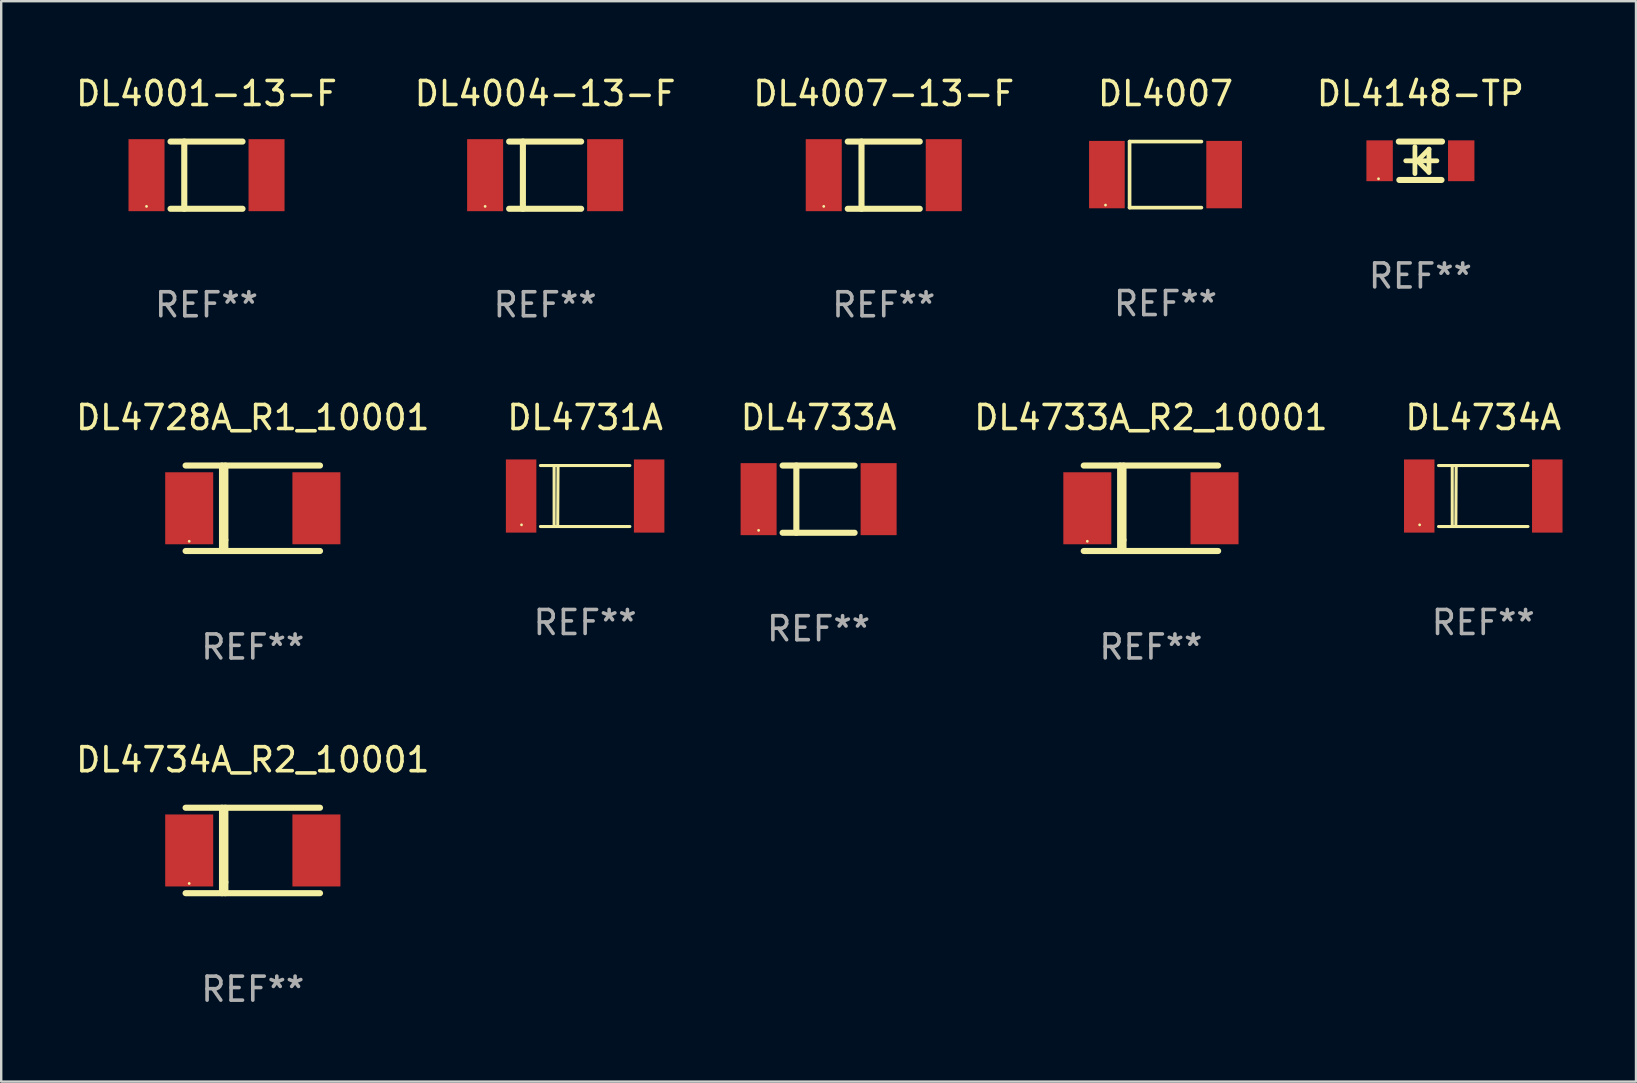
<source format=kicad_pcb>
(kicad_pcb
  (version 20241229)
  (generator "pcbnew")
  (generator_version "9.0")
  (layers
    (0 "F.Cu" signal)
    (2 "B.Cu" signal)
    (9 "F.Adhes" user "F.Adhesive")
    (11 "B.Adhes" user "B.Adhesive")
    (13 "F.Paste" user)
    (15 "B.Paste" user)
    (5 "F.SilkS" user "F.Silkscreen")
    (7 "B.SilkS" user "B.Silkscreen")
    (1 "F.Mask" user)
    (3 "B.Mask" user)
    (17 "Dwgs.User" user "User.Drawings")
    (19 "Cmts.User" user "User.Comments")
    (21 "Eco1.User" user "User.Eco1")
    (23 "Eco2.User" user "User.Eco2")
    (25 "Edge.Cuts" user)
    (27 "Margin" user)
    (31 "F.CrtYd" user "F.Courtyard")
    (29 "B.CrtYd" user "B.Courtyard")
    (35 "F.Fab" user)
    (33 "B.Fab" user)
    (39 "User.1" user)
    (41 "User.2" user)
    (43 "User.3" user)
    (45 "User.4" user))
  (footprint "DL4004-13-F"
    (layer "F.Cu")
    (at 19.661 4.248)
    (property "Reference" "DL4004-13-F" (at 0 -3.4 0) (layer "F.SilkS") (effects (font (size 1 1) (thickness 0.15))))
    (attr through_hole)
    (fp_line (start -1.5 -1.4) (end 1.5 -1.4) (stroke (width 0.254) (type solid)) (layer "F.SilkS"))
    (fp_line (start -1.5 1.4) (end 1.5 1.4) (stroke (width 0.254) (type solid)) (layer "F.SilkS"))
    (fp_line (start -0.927 -1.4) (end -0.927 1.4) (stroke (width 0.254) (type solid)) (layer "F.SilkS"))
    (fp_circle (center -2.5 1.3) (end -2.47 1.3) (stroke (width 0.06) (type solid)) (fill no) (layer "F.SilkS"))
    (fp_text user "REF**" (at 0 5.4 0) (layer "F.Fab") (effects (font (size 1 1) (thickness 0.15))))
    (pad "1" smd rect (at -2.5 0 90) (size 3 1.5) (layers "F.Cu" "F.Mask" "F.Paste"))
    (pad "2" smd rect (at 2.5 0 90) (size 3 1.5) (layers "F.Cu" "F.Mask" "F.Paste")))
  (footprint "DL4007"
    (layer "F.Cu")
    (at 45.506 4.224)
    (property "Reference" "DL4007" (at 0 -3.376 0) (layer "F.SilkS") (effects (font (size 1 1) (thickness 0.15))))
    (attr through_hole)
    (fp_line (start -1.497 -1.376) (end -1.497 1.376) (stroke (width 0.152) (type solid)) (layer "F.SilkS"))
    (fp_line (start -1.497 -1.376) (end 1.497 -1.376) (stroke (width 0.152) (type solid)) (layer "F.SilkS"))
    (fp_line (start -1.497 1.376) (end 1.497 1.376) (stroke (width 0.152) (type solid)) (layer "F.SilkS"))
    (fp_circle (center -2.5 1.27) (end -2.47 1.27) (stroke (width 0.06) (type solid)) (fill no) (layer "F.SilkS"))
    (fp_text user "REF**" (at 0 5.376 0) (layer "F.Fab") (effects (font (size 1 1) (thickness 0.15))))
    (pad "1" smd rect (at -2.442 0 180) (size 1.485 2.808) (layers "F.Cu" "F.Mask" "F.Paste"))
    (pad "2" smd rect (at 2.442 0 180) (size 1.485 2.808) (layers "F.Cu" "F.Mask" "F.Paste")))
  (footprint "DL4733A"
    (layer "F.Cu")
    (at 31.054 17.745)
    (property "Reference" "DL4733A" (at 0 -3.4 0) (layer "F.SilkS") (effects (font (size 1 1) (thickness 0.15))))
    (attr through_hole)
    (fp_line (start -1.5 -1.4) (end 1.5 -1.4) (stroke (width 0.254) (type solid)) (layer "F.SilkS"))
    (fp_line (start -1.5 1.4) (end 1.5 1.4) (stroke (width 0.254) (type solid)) (layer "F.SilkS"))
    (fp_line (start -0.927 -1.4) (end -0.927 1.4) (stroke (width 0.254) (type solid)) (layer "F.SilkS"))
    (fp_circle (center -2.5 1.3) (end -2.47 1.3) (stroke (width 0.06) (type solid)) (fill no) (layer "F.SilkS"))
    (fp_text user "REF**" (at 0 5.4 0) (layer "F.Fab") (effects (font (size 1 1) (thickness 0.15))))
    (pad "1" smd rect (at -2.5 0 90) (size 3 1.5) (layers "F.Cu" "F.Mask" "F.Paste"))
    (pad "2" smd rect (at 2.5 0 90) (size 3 1.5) (layers "F.Cu" "F.Mask" "F.Paste")))
  (footprint "DL4007-13-F"
    (layer "F.Cu")
    (at 33.768 4.248)
    (property "Reference" "DL4007-13-F" (at 0 -3.4 0) (layer "F.SilkS") (effects (font (size 1 1) (thickness 0.15))))
    (attr through_hole)
    (fp_line (start -1.5 -1.4) (end 1.5 -1.4) (stroke (width 0.254) (type solid)) (layer "F.SilkS"))
    (fp_line (start -1.5 1.4) (end 1.5 1.4) (stroke (width 0.254) (type solid)) (layer "F.SilkS"))
    (fp_line (start -0.927 -1.4) (end -0.927 1.4) (stroke (width 0.254) (type solid)) (layer "F.SilkS"))
    (fp_circle (center -2.5 1.3) (end -2.47 1.3) (stroke (width 0.06) (type solid)) (fill no) (layer "F.SilkS"))
    (fp_text user "REF**" (at 0 5.4 0) (layer "F.Fab") (effects (font (size 1 1) (thickness 0.15))))
    (pad "1" smd rect (at -2.5 0 90) (size 3 1.5) (layers "F.Cu" "F.Mask" "F.Paste"))
    (pad "2" smd rect (at 2.5 0 90) (size 3 1.5) (layers "F.Cu" "F.Mask" "F.Paste")))
  (footprint "DL4733A_R2_10001"
    (layer "F.Cu")
    (at 44.899 18.125)
    (property "Reference" "DL4733A_R2_10001" (at 0 -3.78 0) (layer "F.SilkS") (effects (font (size 1 1) (thickness 0.15))))
    (attr through_hole)
    (fp_line (start -2.8 -1.78) (end 2.8 -1.78) (stroke (width 0.254) (type solid)) (layer "F.SilkS"))
    (fp_line (start -2.8 1.78) (end 2.8 1.78) (stroke (width 0.254) (type solid)) (layer "F.SilkS"))
    (fp_line (start -1.283 -1.78) (end -1.283 1.78) (stroke (width 0.254) (type solid)) (layer "F.SilkS"))
    (fp_line (start -1.143 -1.78) (end -1.143 1.323) (stroke (width 0.254) (type solid)) (layer "F.SilkS"))
    (fp_line (start -1.143 1.323) (end -1.143 1.78) (stroke (width 0.254) (type solid)) (layer "F.SilkS"))
    (fp_circle (center -2.65 1.375) (end -2.62 1.375) (stroke (width 0.06) (type solid)) (fill no) (layer "F.SilkS"))
    (fp_text user "REF**" (at 0 5.78 0) (layer "F.Fab") (effects (font (size 1 1) (thickness 0.15))))
    (pad "1" smd rect (at -2.65 0) (size 2 3) (layers "F.Cu" "F.Mask" "F.Paste"))
    (pad "2" smd rect (at 2.65 0) (size 2 3) (layers "F.Cu" "F.Mask" "F.Paste")))
  (footprint "DL4728A_R1_10001"
    (layer "F.Cu")
    (at 7.482 18.125)
    (property "Reference" "DL4728A_R1_10001" (at 0 -3.78 0) (layer "F.SilkS") (effects (font (size 1 1) (thickness 0.15))))
    (attr through_hole)
    (fp_line (start -2.8 -1.78) (end 2.8 -1.78) (stroke (width 0.254) (type solid)) (layer "F.SilkS"))
    (fp_line (start -2.8 1.78) (end 2.8 1.78) (stroke (width 0.254) (type solid)) (layer "F.SilkS"))
    (fp_line (start -1.283 -1.78) (end -1.283 1.78) (stroke (width 0.254) (type solid)) (layer "F.SilkS"))
    (fp_line (start -1.143 -1.78) (end -1.143 1.323) (stroke (width 0.254) (type solid)) (layer "F.SilkS"))
    (fp_line (start -1.143 1.323) (end -1.143 1.78) (stroke (width 0.254) (type solid)) (layer "F.SilkS"))
    (fp_circle (center -2.65 1.375) (end -2.62 1.375) (stroke (width 0.06) (type solid)) (fill no) (layer "F.SilkS"))
    (fp_text user "REF**" (at 0 5.78 0) (layer "F.Fab") (effects (font (size 1 1) (thickness 0.15))))
    (pad "1" smd rect (at -2.65 0) (size 2 3) (layers "F.Cu" "F.Mask" "F.Paste"))
    (pad "2" smd rect (at 2.65 0) (size 2 3) (layers "F.Cu" "F.Mask" "F.Paste")))
  (footprint "DL4734A"
    (layer "F.Cu")
    (at 58.744 17.615)
    (property "Reference" "DL4734A" (at 0 -3.27 0) (layer "F.SilkS") (effects (font (size 1 1) (thickness 0.15))))
    (attr through_hole)
    (fp_line (start -1.292 1.27) (end -1.292 -1.27) (stroke (width 0.127) (type solid)) (layer "F.SilkS"))
    (fp_line (start -1.143 1.27) (end -1.129 -1.27) (stroke (width 0.127) (type solid)) (layer "F.SilkS"))
    (fp_line (start 1.864 -1.27) (end -1.864 -1.27) (stroke (width 0.127) (type solid)) (layer "F.SilkS"))
    (fp_line (start 1.864 1.27) (end -1.864 1.27) (stroke (width 0.127) (type solid)) (layer "F.SilkS"))
    (fp_circle (center -2.65 1.2) (end -2.62 1.2) (stroke (width 0.06) (type solid)) (fill no) (layer "F.SilkS"))
    (fp_text user "REF**" (at 0 5.27 0) (layer "F.Fab") (effects (font (size 1 1) (thickness 0.15))))
    (pad "1" smd rect (at -2.667 0) (size 1.27 3.048) (layers "F.Cu" "F.Mask" "F.Paste"))
    (pad "2" smd rect (at 2.667 0) (size 1.27 3.048) (layers "F.Cu" "F.Mask" "F.Paste")))
  (footprint "DL4734A_R2_10001"
    (layer "F.Cu")
    (at 7.482 32.381)
    (property "Reference" "DL4734A_R2_10001" (at 0 -3.78 0) (layer "F.SilkS") (effects (font (size 1 1) (thickness 0.15))))
    (attr through_hole)
    (fp_line (start -2.8 -1.78) (end 2.8 -1.78) (stroke (width 0.254) (type solid)) (layer "F.SilkS"))
    (fp_line (start -2.8 1.78) (end 2.8 1.78) (stroke (width 0.254) (type solid)) (layer "F.SilkS"))
    (fp_line (start -1.283 -1.78) (end -1.283 1.78) (stroke (width 0.254) (type solid)) (layer "F.SilkS"))
    (fp_line (start -1.143 -1.78) (end -1.143 1.323) (stroke (width 0.254) (type solid)) (layer "F.SilkS"))
    (fp_line (start -1.143 1.323) (end -1.143 1.78) (stroke (width 0.254) (type solid)) (layer "F.SilkS"))
    (fp_circle (center -2.65 1.375) (end -2.62 1.375) (stroke (width 0.06) (type solid)) (fill no) (layer "F.SilkS"))
    (fp_text user "REF**" (at 0 5.78 0) (layer "F.Fab") (effects (font (size 1 1) (thickness 0.15))))
    (pad "1" smd rect (at -2.65 0) (size 2 3) (layers "F.Cu" "F.Mask" "F.Paste"))
    (pad "2" smd rect (at 2.65 0) (size 2 3) (layers "F.Cu" "F.Mask" "F.Paste")))
  (footprint "DL4148-TP"
    (layer "F.Cu")
    (at 56.126 3.648)
    (property "Reference" "DL4148-TP" (at 0 -2.8 0) (layer "F.SilkS") (effects (font (size 1 1) (thickness 0.15))))
    (attr through_hole)
    (fp_line (start -0.9 -0.8) (end 0.9 -0.8) (stroke (width 0.254) (type solid)) (layer "F.SilkS"))
    (fp_line (start -0.878 0.8) (end 0.878 0.8) (stroke (width 0.254) (type solid)) (layer "F.SilkS"))
    (fp_line (start -0.61 0) (end 0.686 0) (stroke (width 0.2) (type solid)) (layer "F.SilkS"))
    (fp_line (start -0.229 -0.584) (end -0.229 0.533) (stroke (width 0.2) (type solid)) (layer "F.SilkS"))
    (fp_line (start -0.127 0) (end 0.356 -0.483) (stroke (width 0.2) (type solid)) (layer "F.SilkS"))
    (fp_line (start 0.356 -0.483) (end 0.356 0.483) (stroke (width 0.2) (type solid)) (layer "F.SilkS"))
    (fp_line (start 0.356 0.483) (end -0.102 0.025) (stroke (width 0.2) (type solid)) (layer "F.SilkS"))
    (fp_circle (center -1.746 0.75) (end -1.716 0.75) (stroke (width 0.06) (type solid)) (fill no) (layer "F.SilkS"))
    (fp_text user "REF**" (at 0 4.8 0) (layer "F.Fab") (effects (font (size 1 1) (thickness 0.15))))
    (pad "1" smd rect (at -1.7 0 180) (size 1.1 1.7) (layers "F.Cu" "F.Mask" "F.Paste"))
    (pad "2" smd rect (at 1.7 0 180) (size 1.1 1.7) (layers "F.Cu" "F.Mask" "F.Paste")))
  (footprint "DL4001-13-F"
    (layer "F.Cu")
    (at 5.554 4.248)
    (property "Reference" "DL4001-13-F" (at 0 -3.4 0) (layer "F.SilkS") (effects (font (size 1 1) (thickness 0.15))))
    (attr through_hole)
    (fp_line (start -1.5 -1.4) (end 1.5 -1.4) (stroke (width 0.254) (type solid)) (layer "F.SilkS"))
    (fp_line (start -1.5 1.4) (end 1.5 1.4) (stroke (width 0.254) (type solid)) (layer "F.SilkS"))
    (fp_line (start -0.927 -1.4) (end -0.927 1.4) (stroke (width 0.254) (type solid)) (layer "F.SilkS"))
    (fp_circle (center -2.5 1.3) (end -2.47 1.3) (stroke (width 0.06) (type solid)) (fill no) (layer "F.SilkS"))
    (fp_text user "REF**" (at 0 5.4 0) (layer "F.Fab") (effects (font (size 1 1) (thickness 0.15))))
    (pad "1" smd rect (at -2.5 0 90) (size 3 1.5) (layers "F.Cu" "F.Mask" "F.Paste"))
    (pad "2" smd rect (at 2.5 0 90) (size 3 1.5) (layers "F.Cu" "F.Mask" "F.Paste")))
  (footprint "DL4731A"
    (layer "F.Cu")
    (at 21.327 17.615)
    (property "Reference" "DL4731A" (at 0 -3.27 0) (layer "F.SilkS") (effects (font (size 1 1) (thickness 0.15))))
    (attr through_hole)
    (fp_line (start -1.292 1.27) (end -1.292 -1.27) (stroke (width 0.127) (type solid)) (layer "F.SilkS"))
    (fp_line (start -1.143 1.27) (end -1.129 -1.27) (stroke (width 0.127) (type solid)) (layer "F.SilkS"))
    (fp_line (start 1.864 -1.27) (end -1.864 -1.27) (stroke (width 0.127) (type solid)) (layer "F.SilkS"))
    (fp_line (start 1.864 1.27) (end -1.864 1.27) (stroke (width 0.127) (type solid)) (layer "F.SilkS"))
    (fp_circle (center -2.65 1.2) (end -2.62 1.2) (stroke (width 0.06) (type solid)) (fill no) (layer "F.SilkS"))
    (fp_text user "REF**" (at 0 5.27 0) (layer "F.Fab") (effects (font (size 1 1) (thickness 0.15))))
    (pad "1" smd rect (at -2.667 0) (size 1.27 3.048) (layers "F.Cu" "F.Mask" "F.Paste"))
    (pad "2" smd rect (at 2.667 0) (size 1.27 3.048) (layers "F.Cu" "F.Mask" "F.Paste")))
  (gr_rect
    (start -3 -3)
    (end 65.107 42.01)
    (stroke (width 0.1) (type default))
    (fill no)
    (layer "Edge.Cuts")))
</source>
